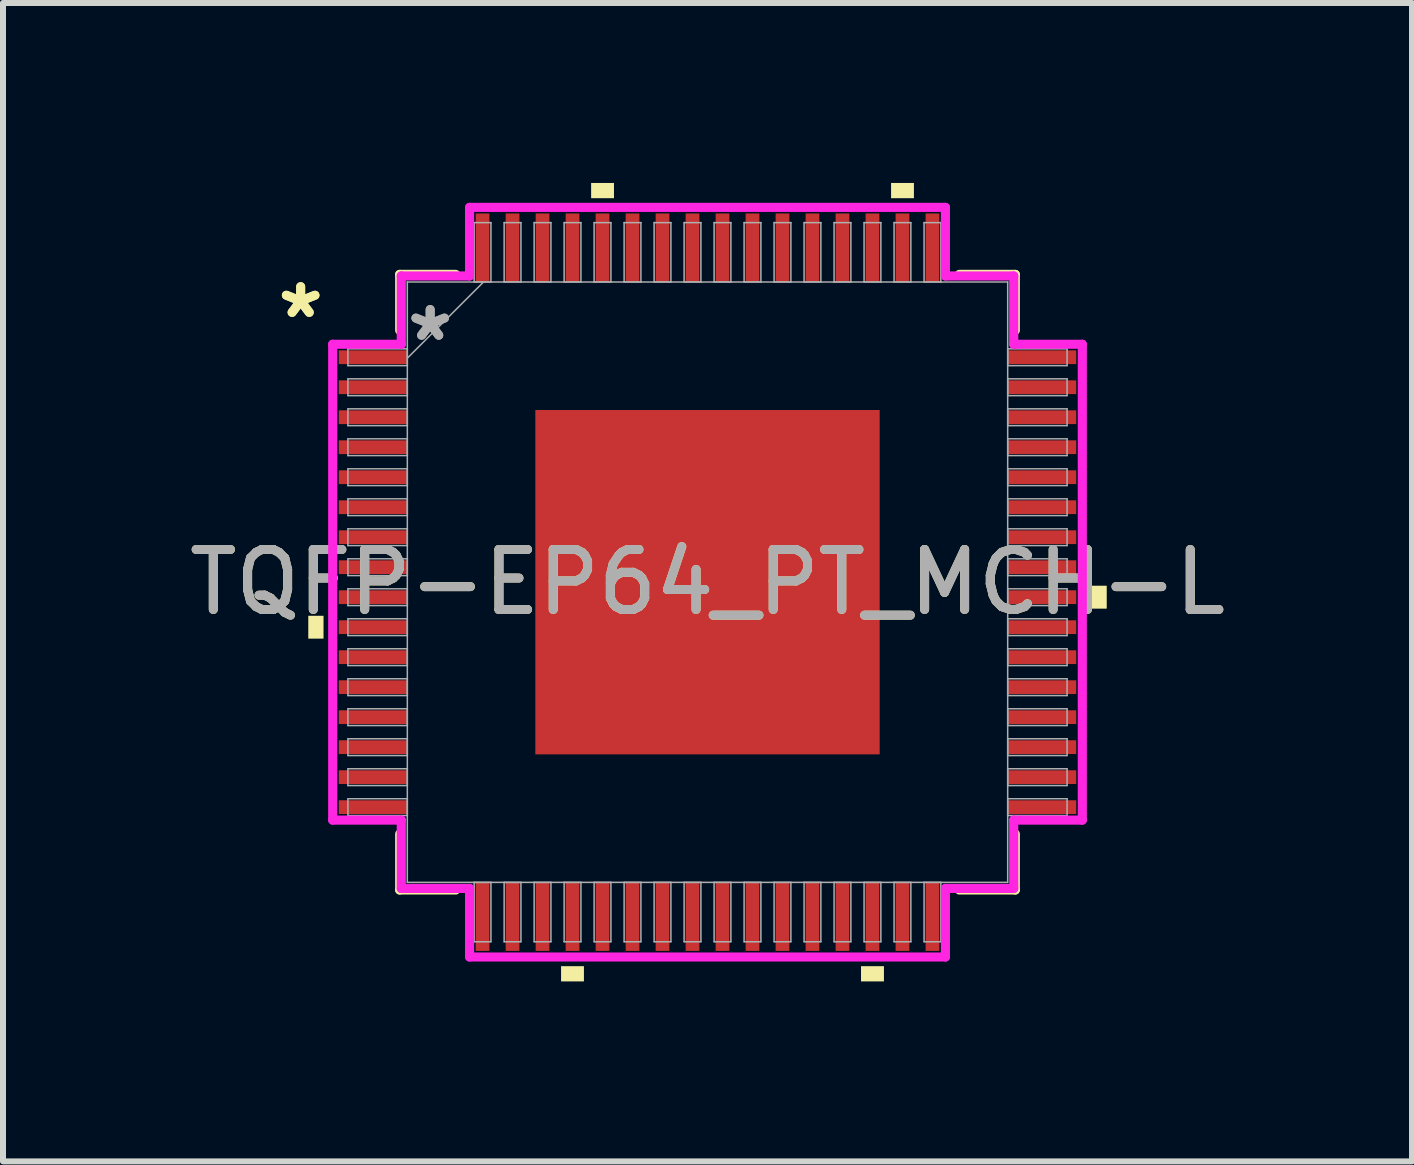
<source format=kicad_pcb>
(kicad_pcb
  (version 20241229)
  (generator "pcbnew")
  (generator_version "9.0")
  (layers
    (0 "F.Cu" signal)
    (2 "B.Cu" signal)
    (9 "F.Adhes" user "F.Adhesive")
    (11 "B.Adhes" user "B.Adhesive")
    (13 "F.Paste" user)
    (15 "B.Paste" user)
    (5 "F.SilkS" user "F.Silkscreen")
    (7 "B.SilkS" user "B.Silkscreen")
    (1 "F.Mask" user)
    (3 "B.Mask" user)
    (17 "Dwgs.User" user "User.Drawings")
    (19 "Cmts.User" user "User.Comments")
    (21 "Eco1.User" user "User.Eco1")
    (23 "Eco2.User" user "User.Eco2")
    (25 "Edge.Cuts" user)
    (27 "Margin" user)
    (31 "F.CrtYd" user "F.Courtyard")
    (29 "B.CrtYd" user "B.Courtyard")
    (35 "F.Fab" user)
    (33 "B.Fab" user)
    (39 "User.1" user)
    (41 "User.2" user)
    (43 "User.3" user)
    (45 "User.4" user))
  (footprint "TQFP-EP64_PT_MCH-L"
    (layer "F.Cu")
    (at 8.744 6.655)
    (property "Reference" "TQFP-EP64_PT_MCH-L" (at 0 0 0) (unlocked yes) (layer "F.SilkS") (effects (font (size 1 1) (thickness 0.15))))
    (attr smd)
    (fp_line (start -5.131 -5.131) (end -5.131 -4.197) (stroke (width 0.152) (type solid)) (layer "F.SilkS"))
    (fp_line (start -5.131 4.197) (end -5.131 5.131) (stroke (width 0.152) (type solid)) (layer "F.SilkS"))
    (fp_line (start -5.131 5.131) (end -4.197 5.131) (stroke (width 0.152) (type solid)) (layer "F.SilkS"))
    (fp_line (start -4.197 -5.131) (end -5.131 -5.131) (stroke (width 0.152) (type solid)) (layer "F.SilkS"))
    (fp_line (start 4.197 5.131) (end 5.131 5.131) (stroke (width 0.152) (type solid)) (layer "F.SilkS"))
    (fp_line (start 5.131 -5.131) (end 4.197 -5.131) (stroke (width 0.152) (type solid)) (layer "F.SilkS"))
    (fp_line (start 5.131 -4.197) (end 5.131 -5.131) (stroke (width 0.152) (type solid)) (layer "F.SilkS"))
    (fp_line (start 5.131 5.131) (end 5.131 4.197) (stroke (width 0.152) (type solid)) (layer "F.SilkS"))
    (fp_poly (pts (xy -6.655 0.56) (xy -6.655 0.941) (xy -6.401 0.941) (xy -6.401 0.56)) (stroke (width 0) (type solid)) (fill yes) (layer "F.SilkS"))
    (fp_poly (pts (xy -2.441 6.401) (xy -2.441 6.655) (xy -2.06 6.655) (xy -2.06 6.401)) (stroke (width 0) (type solid)) (fill yes) (layer "F.SilkS"))
    (fp_poly (pts (xy -1.94 -6.401) (xy -1.94 -6.655) (xy -1.559 -6.655) (xy -1.559 -6.401)) (stroke (width 0) (type solid)) (fill yes) (layer "F.SilkS"))
    (fp_poly (pts (xy 2.559 6.401) (xy 2.559 6.655) (xy 2.941 6.655) (xy 2.941 6.401)) (stroke (width 0) (type solid)) (fill yes) (layer "F.SilkS"))
    (fp_poly (pts (xy 3.06 -6.401) (xy 3.06 -6.655) (xy 3.441 -6.655) (xy 3.441 -6.401)) (stroke (width 0) (type solid)) (fill yes) (layer "F.SilkS"))
    (fp_poly (pts (xy 6.655 0.059) (xy 6.655 0.441) (xy 6.401 0.441) (xy 6.401 0.059)) (stroke (width 0) (type solid)) (fill yes) (layer "F.SilkS"))
    (fp_poly (pts (xy -2.77 -2.77) (xy -2.77 -1.535) (xy -1.535 -1.535) (xy -1.535 -2.77)) (stroke (width 0) (type solid)) (fill yes) (layer "F.Paste"))
    (fp_poly (pts (xy -2.77 -1.335) (xy -2.77 -0.1) (xy -1.535 -0.1) (xy -1.535 -1.335)) (stroke (width 0) (type solid)) (fill yes) (layer "F.Paste"))
    (fp_poly (pts (xy -2.77 0.1) (xy -2.77 1.335) (xy -1.535 1.335) (xy -1.535 0.1)) (stroke (width 0) (type solid)) (fill yes) (layer "F.Paste"))
    (fp_poly (pts (xy -2.77 1.535) (xy -2.77 2.77) (xy -1.535 2.77) (xy -1.535 1.535)) (stroke (width 0) (type solid)) (fill yes) (layer "F.Paste"))
    (fp_poly (pts (xy -1.335 -2.77) (xy -1.335 -1.535) (xy -0.1 -1.535) (xy -0.1 -2.77)) (stroke (width 0) (type solid)) (fill yes) (layer "F.Paste"))
    (fp_poly (pts (xy -1.335 -1.335) (xy -1.335 -0.1) (xy -0.1 -0.1) (xy -0.1 -1.335)) (stroke (width 0) (type solid)) (fill yes) (layer "F.Paste"))
    (fp_poly (pts (xy -1.335 0.1) (xy -1.335 1.335) (xy -0.1 1.335) (xy -0.1 0.1)) (stroke (width 0) (type solid)) (fill yes) (layer "F.Paste"))
    (fp_poly (pts (xy -1.335 1.535) (xy -1.335 2.77) (xy -0.1 2.77) (xy -0.1 1.535)) (stroke (width 0) (type solid)) (fill yes) (layer "F.Paste"))
    (fp_poly (pts (xy 0.1 -2.77) (xy 0.1 -1.535) (xy 1.335 -1.535) (xy 1.335 -2.77)) (stroke (width 0) (type solid)) (fill yes) (layer "F.Paste"))
    (fp_poly (pts (xy 0.1 -1.335) (xy 0.1 -0.1) (xy 1.335 -0.1) (xy 1.335 -1.335)) (stroke (width 0) (type solid)) (fill yes) (layer "F.Paste"))
    (fp_poly (pts (xy 0.1 0.1) (xy 0.1 1.335) (xy 1.335 1.335) (xy 1.335 0.1)) (stroke (width 0) (type solid)) (fill yes) (layer "F.Paste"))
    (fp_poly (pts (xy 0.1 1.535) (xy 0.1 2.77) (xy 1.335 2.77) (xy 1.335 1.535)) (stroke (width 0) (type solid)) (fill yes) (layer "F.Paste"))
    (fp_poly (pts (xy 1.535 -2.77) (xy 1.535 -1.535) (xy 2.77 -1.535) (xy 2.77 -2.77)) (stroke (width 0) (type solid)) (fill yes) (layer "F.Paste"))
    (fp_poly (pts (xy 1.535 -1.335) (xy 1.535 -0.1) (xy 2.77 -0.1) (xy 2.77 -1.335)) (stroke (width 0) (type solid)) (fill yes) (layer "F.Paste"))
    (fp_poly (pts (xy 1.535 0.1) (xy 1.535 1.335) (xy 2.77 1.335) (xy 2.77 0.1)) (stroke (width 0) (type solid)) (fill yes) (layer "F.Paste"))
    (fp_poly (pts (xy 1.535 1.535) (xy 1.535 2.77) (xy 2.77 2.77) (xy 2.77 1.535)) (stroke (width 0) (type solid)) (fill yes) (layer "F.Paste"))
    (fp_line (start -6.248 -3.966) (end -5.105 -3.966) (stroke (width 0.152) (type solid)) (layer "F.CrtYd"))
    (fp_line (start -6.248 3.966) (end -6.248 -3.966) (stroke (width 0.152) (type solid)) (layer "F.CrtYd"))
    (fp_line (start -5.105 -5.105) (end -3.966 -5.105) (stroke (width 0.152) (type solid)) (layer "F.CrtYd"))
    (fp_line (start -5.105 -3.966) (end -5.105 -5.105) (stroke (width 0.152) (type solid)) (layer "F.CrtYd"))
    (fp_line (start -5.105 3.966) (end -6.248 3.966) (stroke (width 0.152) (type solid)) (layer "F.CrtYd"))
    (fp_line (start -5.105 5.105) (end -5.105 3.966) (stroke (width 0.152) (type solid)) (layer "F.CrtYd"))
    (fp_line (start -5.105 5.105) (end -3.966 5.105) (stroke (width 0.152) (type solid)) (layer "F.CrtYd"))
    (fp_line (start -3.966 -6.248) (end 3.966 -6.248) (stroke (width 0.152) (type solid)) (layer "F.CrtYd"))
    (fp_line (start -3.966 -5.105) (end -3.966 -6.248) (stroke (width 0.152) (type solid)) (layer "F.CrtYd"))
    (fp_line (start -3.966 5.105) (end -3.966 6.248) (stroke (width 0.152) (type solid)) (layer "F.CrtYd"))
    (fp_line (start -3.966 6.248) (end 3.966 6.248) (stroke (width 0.152) (type solid)) (layer "F.CrtYd"))
    (fp_line (start 3.966 -6.248) (end 3.966 -5.105) (stroke (width 0.152) (type solid)) (layer "F.CrtYd"))
    (fp_line (start 3.966 -5.105) (end 5.105 -5.105) (stroke (width 0.152) (type solid)) (layer "F.CrtYd"))
    (fp_line (start 3.966 5.105) (end 5.105 5.105) (stroke (width 0.152) (type solid)) (layer "F.CrtYd"))
    (fp_line (start 3.966 6.248) (end 3.966 5.105) (stroke (width 0.152) (type solid)) (layer "F.CrtYd"))
    (fp_line (start 5.105 -3.966) (end 5.105 -5.105) (stroke (width 0.152) (type solid)) (layer "F.CrtYd"))
    (fp_line (start 5.105 3.966) (end 6.248 3.966) (stroke (width 0.152) (type solid)) (layer "F.CrtYd"))
    (fp_line (start 5.105 5.105) (end 5.105 3.966) (stroke (width 0.152) (type solid)) (layer "F.CrtYd"))
    (fp_line (start 6.248 -3.966) (end 5.105 -3.966) (stroke (width 0.152) (type solid)) (layer "F.CrtYd"))
    (fp_line (start 6.248 3.966) (end 6.248 -3.966) (stroke (width 0.152) (type solid)) (layer "F.CrtYd"))
    (fp_line (start -5.994 -3.89) (end -5.994 -3.61) (stroke (width 0.025) (type solid)) (layer "F.Fab"))
    (fp_line (start -5.994 -3.61) (end -5.004 -3.61) (stroke (width 0.025) (type solid)) (layer "F.Fab"))
    (fp_line (start -5.994 -3.39) (end -5.994 -3.11) (stroke (width 0.025) (type solid)) (layer "F.Fab"))
    (fp_line (start -5.994 -3.11) (end -5.004 -3.11) (stroke (width 0.025) (type solid)) (layer "F.Fab"))
    (fp_line (start -5.994 -2.89) (end -5.994 -2.61) (stroke (width 0.025) (type solid)) (layer "F.Fab"))
    (fp_line (start -5.994 -2.61) (end -5.004 -2.61) (stroke (width 0.025) (type solid)) (layer "F.Fab"))
    (fp_line (start -5.994 -2.39) (end -5.994 -2.11) (stroke (width 0.025) (type solid)) (layer "F.Fab"))
    (fp_line (start -5.994 -2.11) (end -5.004 -2.11) (stroke (width 0.025) (type solid)) (layer "F.Fab"))
    (fp_line (start -5.994 -1.89) (end -5.994 -1.61) (stroke (width 0.025) (type solid)) (layer "F.Fab"))
    (fp_line (start -5.994 -1.61) (end -5.004 -1.61) (stroke (width 0.025) (type solid)) (layer "F.Fab"))
    (fp_line (start -5.994 -1.39) (end -5.994 -1.11) (stroke (width 0.025) (type solid)) (layer "F.Fab"))
    (fp_line (start -5.994 -1.11) (end -5.004 -1.11) (stroke (width 0.025) (type solid)) (layer "F.Fab"))
    (fp_line (start -5.994 -0.89) (end -5.994 -0.61) (stroke (width 0.025) (type solid)) (layer "F.Fab"))
    (fp_line (start -5.994 -0.61) (end -5.004 -0.61) (stroke (width 0.025) (type solid)) (layer "F.Fab"))
    (fp_line (start -5.994 -0.39) (end -5.994 -0.11) (stroke (width 0.025) (type solid)) (layer "F.Fab"))
    (fp_line (start -5.994 -0.11) (end -5.004 -0.11) (stroke (width 0.025) (type solid)) (layer "F.Fab"))
    (fp_line (start -5.994 0.11) (end -5.994 0.39) (stroke (width 0.025) (type solid)) (layer "F.Fab"))
    (fp_line (start -5.994 0.39) (end -5.004 0.39) (stroke (width 0.025) (type solid)) (layer "F.Fab"))
    (fp_line (start -5.994 0.61) (end -5.994 0.89) (stroke (width 0.025) (type solid)) (layer "F.Fab"))
    (fp_line (start -5.994 0.89) (end -5.004 0.89) (stroke (width 0.025) (type solid)) (layer "F.Fab"))
    (fp_line (start -5.994 1.11) (end -5.994 1.39) (stroke (width 0.025) (type solid)) (layer "F.Fab"))
    (fp_line (start -5.994 1.39) (end -5.004 1.39) (stroke (width 0.025) (type solid)) (layer "F.Fab"))
    (fp_line (start -5.994 1.61) (end -5.994 1.89) (stroke (width 0.025) (type solid)) (layer "F.Fab"))
    (fp_line (start -5.994 1.89) (end -5.004 1.89) (stroke (width 0.025) (type solid)) (layer "F.Fab"))
    (fp_line (start -5.994 2.11) (end -5.994 2.39) (stroke (width 0.025) (type solid)) (layer "F.Fab"))
    (fp_line (start -5.994 2.39) (end -5.004 2.39) (stroke (width 0.025) (type solid)) (layer "F.Fab"))
    (fp_line (start -5.994 2.61) (end -5.994 2.89) (stroke (width 0.025) (type solid)) (layer "F.Fab"))
    (fp_line (start -5.994 2.89) (end -5.004 2.89) (stroke (width 0.025) (type solid)) (layer "F.Fab"))
    (fp_line (start -5.994 3.11) (end -5.994 3.39) (stroke (width 0.025) (type solid)) (layer "F.Fab"))
    (fp_line (start -5.994 3.39) (end -5.004 3.39) (stroke (width 0.025) (type solid)) (layer "F.Fab"))
    (fp_line (start -5.994 3.61) (end -5.994 3.89) (stroke (width 0.025) (type solid)) (layer "F.Fab"))
    (fp_line (start -5.994 3.89) (end -5.004 3.89) (stroke (width 0.025) (type solid)) (layer "F.Fab"))
    (fp_line (start -5.004 -5.004) (end -5.004 5.004) (stroke (width 0.025) (type solid)) (layer "F.Fab"))
    (fp_line (start -5.004 -3.89) (end -5.994 -3.89) (stroke (width 0.025) (type solid)) (layer "F.Fab"))
    (fp_line (start -5.004 -3.734) (end -3.734 -5.004) (stroke (width 0.025) (type solid)) (layer "F.Fab"))
    (fp_line (start -5.004 -3.61) (end -5.004 -3.89) (stroke (width 0.025) (type solid)) (layer "F.Fab"))
    (fp_line (start -5.004 -3.39) (end -5.994 -3.39) (stroke (width 0.025) (type solid)) (layer "F.Fab"))
    (fp_line (start -5.004 -3.11) (end -5.004 -3.39) (stroke (width 0.025) (type solid)) (layer "F.Fab"))
    (fp_line (start -5.004 -2.89) (end -5.994 -2.89) (stroke (width 0.025) (type solid)) (layer "F.Fab"))
    (fp_line (start -5.004 -2.61) (end -5.004 -2.89) (stroke (width 0.025) (type solid)) (layer "F.Fab"))
    (fp_line (start -5.004 -2.39) (end -5.994 -2.39) (stroke (width 0.025) (type solid)) (layer "F.Fab"))
    (fp_line (start -5.004 -2.11) (end -5.004 -2.39) (stroke (width 0.025) (type solid)) (layer "F.Fab"))
    (fp_line (start -5.004 -1.89) (end -5.994 -1.89) (stroke (width 0.025) (type solid)) (layer "F.Fab"))
    (fp_line (start -5.004 -1.61) (end -5.004 -1.89) (stroke (width 0.025) (type solid)) (layer "F.Fab"))
    (fp_line (start -5.004 -1.39) (end -5.994 -1.39) (stroke (width 0.025) (type solid)) (layer "F.Fab"))
    (fp_line (start -5.004 -1.11) (end -5.004 -1.39) (stroke (width 0.025) (type solid)) (layer "F.Fab"))
    (fp_line (start -5.004 -0.89) (end -5.994 -0.89) (stroke (width 0.025) (type solid)) (layer "F.Fab"))
    (fp_line (start -5.004 -0.61) (end -5.004 -0.89) (stroke (width 0.025) (type solid)) (layer "F.Fab"))
    (fp_line (start -5.004 -0.39) (end -5.994 -0.39) (stroke (width 0.025) (type solid)) (layer "F.Fab"))
    (fp_line (start -5.004 -0.11) (end -5.004 -0.39) (stroke (width 0.025) (type solid)) (layer "F.Fab"))
    (fp_line (start -5.004 0.11) (end -5.994 0.11) (stroke (width 0.025) (type solid)) (layer "F.Fab"))
    (fp_line (start -5.004 0.39) (end -5.004 0.11) (stroke (width 0.025) (type solid)) (layer "F.Fab"))
    (fp_line (start -5.004 0.61) (end -5.994 0.61) (stroke (width 0.025) (type solid)) (layer "F.Fab"))
    (fp_line (start -5.004 0.89) (end -5.004 0.61) (stroke (width 0.025) (type solid)) (layer "F.Fab"))
    (fp_line (start -5.004 1.11) (end -5.994 1.11) (stroke (width 0.025) (type solid)) (layer "F.Fab"))
    (fp_line (start -5.004 1.39) (end -5.004 1.11) (stroke (width 0.025) (type solid)) (layer "F.Fab"))
    (fp_line (start -5.004 1.61) (end -5.994 1.61) (stroke (width 0.025) (type solid)) (layer "F.Fab"))
    (fp_line (start -5.004 1.89) (end -5.004 1.61) (stroke (width 0.025) (type solid)) (layer "F.Fab"))
    (fp_line (start -5.004 2.11) (end -5.994 2.11) (stroke (width 0.025) (type solid)) (layer "F.Fab"))
    (fp_line (start -5.004 2.39) (end -5.004 2.11) (stroke (width 0.025) (type solid)) (layer "F.Fab"))
    (fp_line (start -5.004 2.61) (end -5.994 2.61) (stroke (width 0.025) (type solid)) (layer "F.Fab"))
    (fp_line (start -5.004 2.89) (end -5.004 2.61) (stroke (width 0.025) (type solid)) (layer "F.Fab"))
    (fp_line (start -5.004 3.11) (end -5.994 3.11) (stroke (width 0.025) (type solid)) (layer "F.Fab"))
    (fp_line (start -5.004 3.39) (end -5.004 3.11) (stroke (width 0.025) (type solid)) (layer "F.Fab"))
    (fp_line (start -5.004 3.61) (end -5.994 3.61) (stroke (width 0.025) (type solid)) (layer "F.Fab"))
    (fp_line (start -5.004 3.89) (end -5.004 3.61) (stroke (width 0.025) (type solid)) (layer "F.Fab"))
    (fp_line (start -5.004 5.004) (end 5.004 5.004) (stroke (width 0.025) (type solid)) (layer "F.Fab"))
    (fp_line (start -3.89 -5.994) (end -3.89 -5.004) (stroke (width 0.025) (type solid)) (layer "F.Fab"))
    (fp_line (start -3.89 -5.004) (end -3.61 -5.004) (stroke (width 0.025) (type solid)) (layer "F.Fab"))
    (fp_line (start -3.89 5.004) (end -3.89 5.994) (stroke (width 0.025) (type solid)) (layer "F.Fab"))
    (fp_line (start -3.89 5.994) (end -3.61 5.994) (stroke (width 0.025) (type solid)) (layer "F.Fab"))
    (fp_line (start -3.61 -5.994) (end -3.89 -5.994) (stroke (width 0.025) (type solid)) (layer "F.Fab"))
    (fp_line (start -3.61 -5.004) (end -3.61 -5.994) (stroke (width 0.025) (type solid)) (layer "F.Fab"))
    (fp_line (start -3.61 5.004) (end -3.89 5.004) (stroke (width 0.025) (type solid)) (layer "F.Fab"))
    (fp_line (start -3.61 5.994) (end -3.61 5.004) (stroke (width 0.025) (type solid)) (layer "F.Fab"))
    (fp_line (start -3.39 -5.994) (end -3.39 -5.004) (stroke (width 0.025) (type solid)) (layer "F.Fab"))
    (fp_line (start -3.39 -5.004) (end -3.11 -5.004) (stroke (width 0.025) (type solid)) (layer "F.Fab"))
    (fp_line (start -3.39 5.004) (end -3.39 5.994) (stroke (width 0.025) (type solid)) (layer "F.Fab"))
    (fp_line (start -3.39 5.994) (end -3.11 5.994) (stroke (width 0.025) (type solid)) (layer "F.Fab"))
    (fp_line (start -3.11 -5.994) (end -3.39 -5.994) (stroke (width 0.025) (type solid)) (layer "F.Fab"))
    (fp_line (start -3.11 -5.004) (end -3.11 -5.994) (stroke (width 0.025) (type solid)) (layer "F.Fab"))
    (fp_line (start -3.11 5.004) (end -3.39 5.004) (stroke (width 0.025) (type solid)) (layer "F.Fab"))
    (fp_line (start -3.11 5.994) (end -3.11 5.004) (stroke (width 0.025) (type solid)) (layer "F.Fab"))
    (fp_line (start -2.89 -5.994) (end -2.89 -5.004) (stroke (width 0.025) (type solid)) (layer "F.Fab"))
    (fp_line (start -2.89 -5.004) (end -2.61 -5.004) (stroke (width 0.025) (type solid)) (layer "F.Fab"))
    (fp_line (start -2.89 5.004) (end -2.89 5.994) (stroke (width 0.025) (type solid)) (layer "F.Fab"))
    (fp_line (start -2.89 5.994) (end -2.61 5.994) (stroke (width 0.025) (type solid)) (layer "F.Fab"))
    (fp_line (start -2.61 -5.994) (end -2.89 -5.994) (stroke (width 0.025) (type solid)) (layer "F.Fab"))
    (fp_line (start -2.61 -5.004) (end -2.61 -5.994) (stroke (width 0.025) (type solid)) (layer "F.Fab"))
    (fp_line (start -2.61 5.004) (end -2.89 5.004) (stroke (width 0.025) (type solid)) (layer "F.Fab"))
    (fp_line (start -2.61 5.994) (end -2.61 5.004) (stroke (width 0.025) (type solid)) (layer "F.Fab"))
    (fp_line (start -2.39 -5.994) (end -2.39 -5.004) (stroke (width 0.025) (type solid)) (layer "F.Fab"))
    (fp_line (start -2.39 -5.004) (end -2.11 -5.004) (stroke (width 0.025) (type solid)) (layer "F.Fab"))
    (fp_line (start -2.39 5.004) (end -2.39 5.994) (stroke (width 0.025) (type solid)) (layer "F.Fab"))
    (fp_line (start -2.39 5.994) (end -2.11 5.994) (stroke (width 0.025) (type solid)) (layer "F.Fab"))
    (fp_line (start -2.11 -5.994) (end -2.39 -5.994) (stroke (width 0.025) (type solid)) (layer "F.Fab"))
    (fp_line (start -2.11 -5.004) (end -2.11 -5.994) (stroke (width 0.025) (type solid)) (layer "F.Fab"))
    (fp_line (start -2.11 5.004) (end -2.39 5.004) (stroke (width 0.025) (type solid)) (layer "F.Fab"))
    (fp_line (start -2.11 5.994) (end -2.11 5.004) (stroke (width 0.025) (type solid)) (layer "F.Fab"))
    (fp_line (start -1.89 -5.994) (end -1.89 -5.004) (stroke (width 0.025) (type solid)) (layer "F.Fab"))
    (fp_line (start -1.89 -5.004) (end -1.61 -5.004) (stroke (width 0.025) (type solid)) (layer "F.Fab"))
    (fp_line (start -1.89 5.004) (end -1.89 5.994) (stroke (width 0.025) (type solid)) (layer "F.Fab"))
    (fp_line (start -1.89 5.994) (end -1.61 5.994) (stroke (width 0.025) (type solid)) (layer "F.Fab"))
    (fp_line (start -1.61 -5.994) (end -1.89 -5.994) (stroke (width 0.025) (type solid)) (layer "F.Fab"))
    (fp_line (start -1.61 -5.004) (end -1.61 -5.994) (stroke (width 0.025) (type solid)) (layer "F.Fab"))
    (fp_line (start -1.61 5.004) (end -1.89 5.004) (stroke (width 0.025) (type solid)) (layer "F.Fab"))
    (fp_line (start -1.61 5.994) (end -1.61 5.004) (stroke (width 0.025) (type solid)) (layer "F.Fab"))
    (fp_line (start -1.39 -5.994) (end -1.39 -5.004) (stroke (width 0.025) (type solid)) (layer "F.Fab"))
    (fp_line (start -1.39 -5.004) (end -1.11 -5.004) (stroke (width 0.025) (type solid)) (layer "F.Fab"))
    (fp_line (start -1.39 5.004) (end -1.39 5.994) (stroke (width 0.025) (type solid)) (layer "F.Fab"))
    (fp_line (start -1.39 5.994) (end -1.11 5.994) (stroke (width 0.025) (type solid)) (layer "F.Fab"))
    (fp_line (start -1.11 -5.994) (end -1.39 -5.994) (stroke (width 0.025) (type solid)) (layer "F.Fab"))
    (fp_line (start -1.11 -5.004) (end -1.11 -5.994) (stroke (width 0.025) (type solid)) (layer "F.Fab"))
    (fp_line (start -1.11 5.004) (end -1.39 5.004) (stroke (width 0.025) (type solid)) (layer "F.Fab"))
    (fp_line (start -1.11 5.994) (end -1.11 5.004) (stroke (width 0.025) (type solid)) (layer "F.Fab"))
    (fp_line (start -0.89 -5.994) (end -0.89 -5.004) (stroke (width 0.025) (type solid)) (layer "F.Fab"))
    (fp_line (start -0.89 -5.004) (end -0.61 -5.004) (stroke (width 0.025) (type solid)) (layer "F.Fab"))
    (fp_line (start -0.89 5.004) (end -0.89 5.994) (stroke (width 0.025) (type solid)) (layer "F.Fab"))
    (fp_line (start -0.89 5.994) (end -0.61 5.994) (stroke (width 0.025) (type solid)) (layer "F.Fab"))
    (fp_line (start -0.61 -5.994) (end -0.89 -5.994) (stroke (width 0.025) (type solid)) (layer "F.Fab"))
    (fp_line (start -0.61 -5.004) (end -0.61 -5.994) (stroke (width 0.025) (type solid)) (layer "F.Fab"))
    (fp_line (start -0.61 5.004) (end -0.89 5.004) (stroke (width 0.025) (type solid)) (layer "F.Fab"))
    (fp_line (start -0.61 5.994) (end -0.61 5.004) (stroke (width 0.025) (type solid)) (layer "F.Fab"))
    (fp_line (start -0.39 -5.994) (end -0.39 -5.004) (stroke (width 0.025) (type solid)) (layer "F.Fab"))
    (fp_line (start -0.39 -5.004) (end -0.11 -5.004) (stroke (width 0.025) (type solid)) (layer "F.Fab"))
    (fp_line (start -0.39 5.004) (end -0.39 5.994) (stroke (width 0.025) (type solid)) (layer "F.Fab"))
    (fp_line (start -0.39 5.994) (end -0.11 5.994) (stroke (width 0.025) (type solid)) (layer "F.Fab"))
    (fp_line (start -0.11 -5.994) (end -0.39 -5.994) (stroke (width 0.025) (type solid)) (layer "F.Fab"))
    (fp_line (start -0.11 -5.004) (end -0.11 -5.994) (stroke (width 0.025) (type solid)) (layer "F.Fab"))
    (fp_line (start -0.11 5.004) (end -0.39 5.004) (stroke (width 0.025) (type solid)) (layer "F.Fab"))
    (fp_line (start -0.11 5.994) (end -0.11 5.004) (stroke (width 0.025) (type solid)) (layer "F.Fab"))
    (fp_line (start 0.11 -5.994) (end 0.11 -5.004) (stroke (width 0.025) (type solid)) (layer "F.Fab"))
    (fp_line (start 0.11 -5.004) (end 0.39 -5.004) (stroke (width 0.025) (type solid)) (layer "F.Fab"))
    (fp_line (start 0.11 5.004) (end 0.11 5.994) (stroke (width 0.025) (type solid)) (layer "F.Fab"))
    (fp_line (start 0.11 5.994) (end 0.39 5.994) (stroke (width 0.025) (type solid)) (layer "F.Fab"))
    (fp_line (start 0.39 -5.994) (end 0.11 -5.994) (stroke (width 0.025) (type solid)) (layer "F.Fab"))
    (fp_line (start 0.39 -5.004) (end 0.39 -5.994) (stroke (width 0.025) (type solid)) (layer "F.Fab"))
    (fp_line (start 0.39 5.004) (end 0.11 5.004) (stroke (width 0.025) (type solid)) (layer "F.Fab"))
    (fp_line (start 0.39 5.994) (end 0.39 5.004) (stroke (width 0.025) (type solid)) (layer "F.Fab"))
    (fp_line (start 0.61 -5.994) (end 0.61 -5.004) (stroke (width 0.025) (type solid)) (layer "F.Fab"))
    (fp_line (start 0.61 -5.004) (end 0.89 -5.004) (stroke (width 0.025) (type solid)) (layer "F.Fab"))
    (fp_line (start 0.61 5.004) (end 0.61 5.994) (stroke (width 0.025) (type solid)) (layer "F.Fab"))
    (fp_line (start 0.61 5.994) (end 0.89 5.994) (stroke (width 0.025) (type solid)) (layer "F.Fab"))
    (fp_line (start 0.89 -5.994) (end 0.61 -5.994) (stroke (width 0.025) (type solid)) (layer "F.Fab"))
    (fp_line (start 0.89 -5.004) (end 0.89 -5.994) (stroke (width 0.025) (type solid)) (layer "F.Fab"))
    (fp_line (start 0.89 5.004) (end 0.61 5.004) (stroke (width 0.025) (type solid)) (layer "F.Fab"))
    (fp_line (start 0.89 5.994) (end 0.89 5.004) (stroke (width 0.025) (type solid)) (layer "F.Fab"))
    (fp_line (start 1.11 -5.994) (end 1.11 -5.004) (stroke (width 0.025) (type solid)) (layer "F.Fab"))
    (fp_line (start 1.11 -5.004) (end 1.39 -5.004) (stroke (width 0.025) (type solid)) (layer "F.Fab"))
    (fp_line (start 1.11 5.004) (end 1.11 5.994) (stroke (width 0.025) (type solid)) (layer "F.Fab"))
    (fp_line (start 1.11 5.994) (end 1.39 5.994) (stroke (width 0.025) (type solid)) (layer "F.Fab"))
    (fp_line (start 1.39 -5.994) (end 1.11 -5.994) (stroke (width 0.025) (type solid)) (layer "F.Fab"))
    (fp_line (start 1.39 -5.004) (end 1.39 -5.994) (stroke (width 0.025) (type solid)) (layer "F.Fab"))
    (fp_line (start 1.39 5.004) (end 1.11 5.004) (stroke (width 0.025) (type solid)) (layer "F.Fab"))
    (fp_line (start 1.39 5.994) (end 1.39 5.004) (stroke (width 0.025) (type solid)) (layer "F.Fab"))
    (fp_line (start 1.61 -5.994) (end 1.61 -5.004) (stroke (width 0.025) (type solid)) (layer "F.Fab"))
    (fp_line (start 1.61 -5.004) (end 1.89 -5.004) (stroke (width 0.025) (type solid)) (layer "F.Fab"))
    (fp_line (start 1.61 5.004) (end 1.61 5.994) (stroke (width 0.025) (type solid)) (layer "F.Fab"))
    (fp_line (start 1.61 5.994) (end 1.89 5.994) (stroke (width 0.025) (type solid)) (layer "F.Fab"))
    (fp_line (start 1.89 -5.994) (end 1.61 -5.994) (stroke (width 0.025) (type solid)) (layer "F.Fab"))
    (fp_line (start 1.89 -5.004) (end 1.89 -5.994) (stroke (width 0.025) (type solid)) (layer "F.Fab"))
    (fp_line (start 1.89 5.004) (end 1.61 5.004) (stroke (width 0.025) (type solid)) (layer "F.Fab"))
    (fp_line (start 1.89 5.994) (end 1.89 5.004) (stroke (width 0.025) (type solid)) (layer "F.Fab"))
    (fp_line (start 2.11 -5.994) (end 2.11 -5.004) (stroke (width 0.025) (type solid)) (layer "F.Fab"))
    (fp_line (start 2.11 -5.004) (end 2.39 -5.004) (stroke (width 0.025) (type solid)) (layer "F.Fab"))
    (fp_line (start 2.11 5.004) (end 2.11 5.994) (stroke (width 0.025) (type solid)) (layer "F.Fab"))
    (fp_line (start 2.11 5.994) (end 2.39 5.994) (stroke (width 0.025) (type solid)) (layer "F.Fab"))
    (fp_line (start 2.39 -5.994) (end 2.11 -5.994) (stroke (width 0.025) (type solid)) (layer "F.Fab"))
    (fp_line (start 2.39 -5.004) (end 2.39 -5.994) (stroke (width 0.025) (type solid)) (layer "F.Fab"))
    (fp_line (start 2.39 5.004) (end 2.11 5.004) (stroke (width 0.025) (type solid)) (layer "F.Fab"))
    (fp_line (start 2.39 5.994) (end 2.39 5.004) (stroke (width 0.025) (type solid)) (layer "F.Fab"))
    (fp_line (start 2.61 -5.994) (end 2.61 -5.004) (stroke (width 0.025) (type solid)) (layer "F.Fab"))
    (fp_line (start 2.61 -5.004) (end 2.89 -5.004) (stroke (width 0.025) (type solid)) (layer "F.Fab"))
    (fp_line (start 2.61 5.004) (end 2.61 5.994) (stroke (width 0.025) (type solid)) (layer "F.Fab"))
    (fp_line (start 2.61 5.994) (end 2.89 5.994) (stroke (width 0.025) (type solid)) (layer "F.Fab"))
    (fp_line (start 2.89 -5.994) (end 2.61 -5.994) (stroke (width 0.025) (type solid)) (layer "F.Fab"))
    (fp_line (start 2.89 -5.004) (end 2.89 -5.994) (stroke (width 0.025) (type solid)) (layer "F.Fab"))
    (fp_line (start 2.89 5.004) (end 2.61 5.004) (stroke (width 0.025) (type solid)) (layer "F.Fab"))
    (fp_line (start 2.89 5.994) (end 2.89 5.004) (stroke (width 0.025) (type solid)) (layer "F.Fab"))
    (fp_line (start 3.11 -5.994) (end 3.11 -5.004) (stroke (width 0.025) (type solid)) (layer "F.Fab"))
    (fp_line (start 3.11 -5.004) (end 3.39 -5.004) (stroke (width 0.025) (type solid)) (layer "F.Fab"))
    (fp_line (start 3.11 5.004) (end 3.11 5.994) (stroke (width 0.025) (type solid)) (layer "F.Fab"))
    (fp_line (start 3.11 5.994) (end 3.39 5.994) (stroke (width 0.025) (type solid)) (layer "F.Fab"))
    (fp_line (start 3.39 -5.994) (end 3.11 -5.994) (stroke (width 0.025) (type solid)) (layer "F.Fab"))
    (fp_line (start 3.39 -5.004) (end 3.39 -5.994) (stroke (width 0.025) (type solid)) (layer "F.Fab"))
    (fp_line (start 3.39 5.004) (end 3.11 5.004) (stroke (width 0.025) (type solid)) (layer "F.Fab"))
    (fp_line (start 3.39 5.994) (end 3.39 5.004) (stroke (width 0.025) (type solid)) (layer "F.Fab"))
    (fp_line (start 3.61 -5.994) (end 3.61 -5.004) (stroke (width 0.025) (type solid)) (layer "F.Fab"))
    (fp_line (start 3.61 -5.004) (end 3.89 -5.004) (stroke (width 0.025) (type solid)) (layer "F.Fab"))
    (fp_line (start 3.61 5.004) (end 3.61 5.994) (stroke (width 0.025) (type solid)) (layer "F.Fab"))
    (fp_line (start 3.61 5.994) (end 3.89 5.994) (stroke (width 0.025) (type solid)) (layer "F.Fab"))
    (fp_line (start 3.89 -5.994) (end 3.61 -5.994) (stroke (width 0.025) (type solid)) (layer "F.Fab"))
    (fp_line (start 3.89 -5.004) (end 3.89 -5.994) (stroke (width 0.025) (type solid)) (layer "F.Fab"))
    (fp_line (start 3.89 5.004) (end 3.61 5.004) (stroke (width 0.025) (type solid)) (layer "F.Fab"))
    (fp_line (start 3.89 5.994) (end 3.89 5.004) (stroke (width 0.025) (type solid)) (layer "F.Fab"))
    (fp_line (start 5.004 -5.004) (end -5.004 -5.004) (stroke (width 0.025) (type solid)) (layer "F.Fab"))
    (fp_line (start 5.004 -3.89) (end 5.004 -3.61) (stroke (width 0.025) (type solid)) (layer "F.Fab"))
    (fp_line (start 5.004 -3.61) (end 5.994 -3.61) (stroke (width 0.025) (type solid)) (layer "F.Fab"))
    (fp_line (start 5.004 -3.39) (end 5.004 -3.11) (stroke (width 0.025) (type solid)) (layer "F.Fab"))
    (fp_line (start 5.004 -3.11) (end 5.994 -3.11) (stroke (width 0.025) (type solid)) (layer "F.Fab"))
    (fp_line (start 5.004 -2.89) (end 5.004 -2.61) (stroke (width 0.025) (type solid)) (layer "F.Fab"))
    (fp_line (start 5.004 -2.61) (end 5.994 -2.61) (stroke (width 0.025) (type solid)) (layer "F.Fab"))
    (fp_line (start 5.004 -2.39) (end 5.004 -2.11) (stroke (width 0.025) (type solid)) (layer "F.Fab"))
    (fp_line (start 5.004 -2.11) (end 5.994 -2.11) (stroke (width 0.025) (type solid)) (layer "F.Fab"))
    (fp_line (start 5.004 -1.89) (end 5.004 -1.61) (stroke (width 0.025) (type solid)) (layer "F.Fab"))
    (fp_line (start 5.004 -1.61) (end 5.994 -1.61) (stroke (width 0.025) (type solid)) (layer "F.Fab"))
    (fp_line (start 5.004 -1.39) (end 5.004 -1.11) (stroke (width 0.025) (type solid)) (layer "F.Fab"))
    (fp_line (start 5.004 -1.11) (end 5.994 -1.11) (stroke (width 0.025) (type solid)) (layer "F.Fab"))
    (fp_line (start 5.004 -0.89) (end 5.004 -0.61) (stroke (width 0.025) (type solid)) (layer "F.Fab"))
    (fp_line (start 5.004 -0.61) (end 5.994 -0.61) (stroke (width 0.025) (type solid)) (layer "F.Fab"))
    (fp_line (start 5.004 -0.39) (end 5.004 -0.11) (stroke (width 0.025) (type solid)) (layer "F.Fab"))
    (fp_line (start 5.004 -0.11) (end 5.994 -0.11) (stroke (width 0.025) (type solid)) (layer "F.Fab"))
    (fp_line (start 5.004 0.11) (end 5.004 0.39) (stroke (width 0.025) (type solid)) (layer "F.Fab"))
    (fp_line (start 5.004 0.39) (end 5.994 0.39) (stroke (width 0.025) (type solid)) (layer "F.Fab"))
    (fp_line (start 5.004 0.61) (end 5.004 0.89) (stroke (width 0.025) (type solid)) (layer "F.Fab"))
    (fp_line (start 5.004 0.89) (end 5.994 0.89) (stroke (width 0.025) (type solid)) (layer "F.Fab"))
    (fp_line (start 5.004 1.11) (end 5.004 1.39) (stroke (width 0.025) (type solid)) (layer "F.Fab"))
    (fp_line (start 5.004 1.39) (end 5.994 1.39) (stroke (width 0.025) (type solid)) (layer "F.Fab"))
    (fp_line (start 5.004 1.61) (end 5.004 1.89) (stroke (width 0.025) (type solid)) (layer "F.Fab"))
    (fp_line (start 5.004 1.89) (end 5.994 1.89) (stroke (width 0.025) (type solid)) (layer "F.Fab"))
    (fp_line (start 5.004 2.11) (end 5.004 2.39) (stroke (width 0.025) (type solid)) (layer "F.Fab"))
    (fp_line (start 5.004 2.39) (end 5.994 2.39) (stroke (width 0.025) (type solid)) (layer "F.Fab"))
    (fp_line (start 5.004 2.61) (end 5.004 2.89) (stroke (width 0.025) (type solid)) (layer "F.Fab"))
    (fp_line (start 5.004 2.89) (end 5.994 2.89) (stroke (width 0.025) (type solid)) (layer "F.Fab"))
    (fp_line (start 5.004 3.11) (end 5.004 3.39) (stroke (width 0.025) (type solid)) (layer "F.Fab"))
    (fp_line (start 5.004 3.39) (end 5.994 3.39) (stroke (width 0.025) (type solid)) (layer "F.Fab"))
    (fp_line (start 5.004 3.61) (end 5.004 3.89) (stroke (width 0.025) (type solid)) (layer "F.Fab"))
    (fp_line (start 5.004 3.89) (end 5.994 3.89) (stroke (width 0.025) (type solid)) (layer "F.Fab"))
    (fp_line (start 5.004 5.004) (end 5.004 -5.004) (stroke (width 0.025) (type solid)) (layer "F.Fab"))
    (fp_line (start 5.994 -3.89) (end 5.004 -3.89) (stroke (width 0.025) (type solid)) (layer "F.Fab"))
    (fp_line (start 5.994 -3.61) (end 5.994 -3.89) (stroke (width 0.025) (type solid)) (layer "F.Fab"))
    (fp_line (start 5.994 -3.39) (end 5.004 -3.39) (stroke (width 0.025) (type solid)) (layer "F.Fab"))
    (fp_line (start 5.994 -3.11) (end 5.994 -3.39) (stroke (width 0.025) (type solid)) (layer "F.Fab"))
    (fp_line (start 5.994 -2.89) (end 5.004 -2.89) (stroke (width 0.025) (type solid)) (layer "F.Fab"))
    (fp_line (start 5.994 -2.61) (end 5.994 -2.89) (stroke (width 0.025) (type solid)) (layer "F.Fab"))
    (fp_line (start 5.994 -2.39) (end 5.004 -2.39) (stroke (width 0.025) (type solid)) (layer "F.Fab"))
    (fp_line (start 5.994 -2.11) (end 5.994 -2.39) (stroke (width 0.025) (type solid)) (layer "F.Fab"))
    (fp_line (start 5.994 -1.89) (end 5.004 -1.89) (stroke (width 0.025) (type solid)) (layer "F.Fab"))
    (fp_line (start 5.994 -1.61) (end 5.994 -1.89) (stroke (width 0.025) (type solid)) (layer "F.Fab"))
    (fp_line (start 5.994 -1.39) (end 5.004 -1.39) (stroke (width 0.025) (type solid)) (layer "F.Fab"))
    (fp_line (start 5.994 -1.11) (end 5.994 -1.39) (stroke (width 0.025) (type solid)) (layer "F.Fab"))
    (fp_line (start 5.994 -0.89) (end 5.004 -0.89) (stroke (width 0.025) (type solid)) (layer "F.Fab"))
    (fp_line (start 5.994 -0.61) (end 5.994 -0.89) (stroke (width 0.025) (type solid)) (layer "F.Fab"))
    (fp_line (start 5.994 -0.39) (end 5.004 -0.39) (stroke (width 0.025) (type solid)) (layer "F.Fab"))
    (fp_line (start 5.994 -0.11) (end 5.994 -0.39) (stroke (width 0.025) (type solid)) (layer "F.Fab"))
    (fp_line (start 5.994 0.11) (end 5.004 0.11) (stroke (width 0.025) (type solid)) (layer "F.Fab"))
    (fp_line (start 5.994 0.39) (end 5.994 0.11) (stroke (width 0.025) (type solid)) (layer "F.Fab"))
    (fp_line (start 5.994 0.61) (end 5.004 0.61) (stroke (width 0.025) (type solid)) (layer "F.Fab"))
    (fp_line (start 5.994 0.89) (end 5.994 0.61) (stroke (width 0.025) (type solid)) (layer "F.Fab"))
    (fp_line (start 5.994 1.11) (end 5.004 1.11) (stroke (width 0.025) (type solid)) (layer "F.Fab"))
    (fp_line (start 5.994 1.39) (end 5.994 1.11) (stroke (width 0.025) (type solid)) (layer "F.Fab"))
    (fp_line (start 5.994 1.61) (end 5.004 1.61) (stroke (width 0.025) (type solid)) (layer "F.Fab"))
    (fp_line (start 5.994 1.89) (end 5.994 1.61) (stroke (width 0.025) (type solid)) (layer "F.Fab"))
    (fp_line (start 5.994 2.11) (end 5.004 2.11) (stroke (width 0.025) (type solid)) (layer "F.Fab"))
    (fp_line (start 5.994 2.39) (end 5.994 2.11) (stroke (width 0.025) (type solid)) (layer "F.Fab"))
    (fp_line (start 5.994 2.61) (end 5.004 2.61) (stroke (width 0.025) (type solid)) (layer "F.Fab"))
    (fp_line (start 5.994 2.89) (end 5.994 2.61) (stroke (width 0.025) (type solid)) (layer "F.Fab"))
    (fp_line (start 5.994 3.11) (end 5.004 3.11) (stroke (width 0.025) (type solid)) (layer "F.Fab"))
    (fp_line (start 5.994 3.39) (end 5.994 3.11) (stroke (width 0.025) (type solid)) (layer "F.Fab"))
    (fp_line (start 5.994 3.61) (end 5.004 3.61) (stroke (width 0.025) (type solid)) (layer "F.Fab"))
    (fp_line (start 5.994 3.89) (end 5.994 3.61) (stroke (width 0.025) (type solid)) (layer "F.Fab"))
    (fp_text user "*" (at -6.782 -4.381 0) (layer "F.SilkS") (effects (font (size 1 1) (thickness 0.15))))
    (fp_text user "*" (at -6.782 -4.381 0) (unlocked yes) (layer "F.SilkS") (effects (font (size 1 1) (thickness 0.15))))
    (fp_text user "${REFERENCE}" (at 0 0 0) (unlocked yes) (layer "F.Fab") (effects (font (size 1 1) (thickness 0.15))))
    (fp_text user "*" (at -4.623 -4 0) (unlocked yes) (layer "F.Fab") (effects (font (size 1 1) (thickness 0.15))))
    (fp_text user "*" (at -4.623 -4 0) (layer "F.Fab") (effects (font (size 1 1) (thickness 0.15))))
    (pad "1" smd rect (at -5.575 -3.75 90) (size 0.229 1.143) (layers "F.Cu" "F.Mask" "F.Paste"))
    (pad "2" smd rect (at -5.575 -3.25 90) (size 0.229 1.143) (layers "F.Cu" "F.Mask" "F.Paste"))
    (pad "3" smd rect (at -5.575 -2.75 90) (size 0.229 1.143) (layers "F.Cu" "F.Mask" "F.Paste"))
    (pad "4" smd rect (at -5.575 -2.25 90) (size 0.229 1.143) (layers "F.Cu" "F.Mask" "F.Paste"))
    (pad "5" smd rect (at -5.575 -1.75 90) (size 0.229 1.143) (layers "F.Cu" "F.Mask" "F.Paste"))
    (pad "6" smd rect (at -5.575 -1.25 90) (size 0.229 1.143) (layers "F.Cu" "F.Mask" "F.Paste"))
    (pad "7" smd rect (at -5.575 -0.75 90) (size 0.229 1.143) (layers "F.Cu" "F.Mask" "F.Paste"))
    (pad "8" smd rect (at -5.575 -0.25 90) (size 0.229 1.143) (layers "F.Cu" "F.Mask" "F.Paste"))
    (pad "9" smd rect (at -5.575 0.25 90) (size 0.229 1.143) (layers "F.Cu" "F.Mask" "F.Paste"))
    (pad "10" smd rect (at -5.575 0.75 90) (size 0.229 1.143) (layers "F.Cu" "F.Mask" "F.Paste"))
    (pad "11" smd rect (at -5.575 1.25 90) (size 0.229 1.143) (layers "F.Cu" "F.Mask" "F.Paste"))
    (pad "12" smd rect (at -5.575 1.75 90) (size 0.229 1.143) (layers "F.Cu" "F.Mask" "F.Paste"))
    (pad "13" smd rect (at -5.575 2.25 90) (size 0.229 1.143) (layers "F.Cu" "F.Mask" "F.Paste"))
    (pad "14" smd rect (at -5.575 2.75 90) (size 0.229 1.143) (layers "F.Cu" "F.Mask" "F.Paste"))
    (pad "15" smd rect (at -5.575 3.25 90) (size 0.229 1.143) (layers "F.Cu" "F.Mask" "F.Paste"))
    (pad "16" smd rect (at -5.575 3.75 90) (size 0.229 1.143) (layers "F.Cu" "F.Mask" "F.Paste"))
    (pad "17" smd rect (at -3.75 5.575) (size 0.229 1.143) (layers "F.Cu" "F.Mask" "F.Paste"))
    (pad "18" smd rect (at -3.25 5.575) (size 0.229 1.143) (layers "F.Cu" "F.Mask" "F.Paste"))
    (pad "19" smd rect (at -2.75 5.575) (size 0.229 1.143) (layers "F.Cu" "F.Mask" "F.Paste"))
    (pad "20" smd rect (at -2.25 5.575) (size 0.229 1.143) (layers "F.Cu" "F.Mask" "F.Paste"))
    (pad "21" smd rect (at -1.75 5.575) (size 0.229 1.143) (layers "F.Cu" "F.Mask" "F.Paste"))
    (pad "22" smd rect (at -1.25 5.575) (size 0.229 1.143) (layers "F.Cu" "F.Mask" "F.Paste"))
    (pad "23" smd rect (at -0.75 5.575) (size 0.229 1.143) (layers "F.Cu" "F.Mask" "F.Paste"))
    (pad "24" smd rect (at -0.25 5.575) (size 0.229 1.143) (layers "F.Cu" "F.Mask" "F.Paste"))
    (pad "25" smd rect (at 0.25 5.575) (size 0.229 1.143) (layers "F.Cu" "F.Mask" "F.Paste"))
    (pad "26" smd rect (at 0.75 5.575) (size 0.229 1.143) (layers "F.Cu" "F.Mask" "F.Paste"))
    (pad "27" smd rect (at 1.25 5.575) (size 0.229 1.143) (layers "F.Cu" "F.Mask" "F.Paste"))
    (pad "28" smd rect (at 1.75 5.575) (size 0.229 1.143) (layers "F.Cu" "F.Mask" "F.Paste"))
    (pad "29" smd rect (at 2.25 5.575) (size 0.229 1.143) (layers "F.Cu" "F.Mask" "F.Paste"))
    (pad "30" smd rect (at 2.75 5.575) (size 0.229 1.143) (layers "F.Cu" "F.Mask" "F.Paste"))
    (pad "31" smd rect (at 3.25 5.575) (size 0.229 1.143) (layers "F.Cu" "F.Mask" "F.Paste"))
    (pad "32" smd rect (at 3.75 5.575) (size 0.229 1.143) (layers "F.Cu" "F.Mask" "F.Paste"))
    (pad "33" smd rect (at 5.575 3.75 90) (size 0.229 1.143) (layers "F.Cu" "F.Mask" "F.Paste"))
    (pad "34" smd rect (at 5.575 3.25 90) (size 0.229 1.143) (layers "F.Cu" "F.Mask" "F.Paste"))
    (pad "35" smd rect (at 5.575 2.75 90) (size 0.229 1.143) (layers "F.Cu" "F.Mask" "F.Paste"))
    (pad "36" smd rect (at 5.575 2.25 90) (size 0.229 1.143) (layers "F.Cu" "F.Mask" "F.Paste"))
    (pad "37" smd rect (at 5.575 1.75 90) (size 0.229 1.143) (layers "F.Cu" "F.Mask" "F.Paste"))
    (pad "38" smd rect (at 5.575 1.25 90) (size 0.229 1.143) (layers "F.Cu" "F.Mask" "F.Paste"))
    (pad "39" smd rect (at 5.575 0.75 90) (size 0.229 1.143) (layers "F.Cu" "F.Mask" "F.Paste"))
    (pad "40" smd rect (at 5.575 0.25 90) (size 0.229 1.143) (layers "F.Cu" "F.Mask" "F.Paste"))
    (pad "41" smd rect (at 5.575 -0.25 90) (size 0.229 1.143) (layers "F.Cu" "F.Mask" "F.Paste"))
    (pad "42" smd rect (at 5.575 -0.75 90) (size 0.229 1.143) (layers "F.Cu" "F.Mask" "F.Paste"))
    (pad "43" smd rect (at 5.575 -1.25 90) (size 0.229 1.143) (layers "F.Cu" "F.Mask" "F.Paste"))
    (pad "44" smd rect (at 5.575 -1.75 90) (size 0.229 1.143) (layers "F.Cu" "F.Mask" "F.Paste"))
    (pad "45" smd rect (at 5.575 -2.25 90) (size 0.229 1.143) (layers "F.Cu" "F.Mask" "F.Paste"))
    (pad "46" smd rect (at 5.575 -2.75 90) (size 0.229 1.143) (layers "F.Cu" "F.Mask" "F.Paste"))
    (pad "47" smd rect (at 5.575 -3.25 90) (size 0.229 1.143) (layers "F.Cu" "F.Mask" "F.Paste"))
    (pad "48" smd rect (at 5.575 -3.75 90) (size 0.229 1.143) (layers "F.Cu" "F.Mask" "F.Paste"))
    (pad "49" smd rect (at 3.75 -5.575) (size 0.229 1.143) (layers "F.Cu" "F.Mask" "F.Paste"))
    (pad "50" smd rect (at 3.25 -5.575) (size 0.229 1.143) (layers "F.Cu" "F.Mask" "F.Paste"))
    (pad "51" smd rect (at 2.75 -5.575) (size 0.229 1.143) (layers "F.Cu" "F.Mask" "F.Paste"))
    (pad "52" smd rect (at 2.25 -5.575) (size 0.229 1.143) (layers "F.Cu" "F.Mask" "F.Paste"))
    (pad "53" smd rect (at 1.75 -5.575) (size 0.229 1.143) (layers "F.Cu" "F.Mask" "F.Paste"))
    (pad "54" smd rect (at 1.25 -5.575) (size 0.229 1.143) (layers "F.Cu" "F.Mask" "F.Paste"))
    (pad "55" smd rect (at 0.75 -5.575) (size 0.229 1.143) (layers "F.Cu" "F.Mask" "F.Paste"))
    (pad "56" smd rect (at 0.25 -5.575) (size 0.229 1.143) (layers "F.Cu" "F.Mask" "F.Paste"))
    (pad "57" smd rect (at -0.25 -5.575) (size 0.229 1.143) (layers "F.Cu" "F.Mask" "F.Paste"))
    (pad "58" smd rect (at -0.75 -5.575) (size 0.229 1.143) (layers "F.Cu" "F.Mask" "F.Paste"))
    (pad "59" smd rect (at -1.25 -5.575) (size 0.229 1.143) (layers "F.Cu" "F.Mask" "F.Paste"))
    (pad "60" smd rect (at -1.75 -5.575) (size 0.229 1.143) (layers "F.Cu" "F.Mask" "F.Paste"))
    (pad "61" smd rect (at -2.25 -5.575) (size 0.229 1.143) (layers "F.Cu" "F.Mask" "F.Paste"))
    (pad "62" smd rect (at -2.75 -5.575) (size 0.229 1.143) (layers "F.Cu" "F.Mask" "F.Paste"))
    (pad "63" smd rect (at -3.25 -5.575) (size 0.229 1.143) (layers "F.Cu" "F.Mask" "F.Paste"))
    (pad "64" smd rect (at -3.75 -5.575) (size 0.229 1.143) (layers "F.Cu" "F.Mask" "F.Paste"))
    (pad "EPAD" smd rect (at 0 0) (size 5.74 5.74) (layers "F.Cu" "F.Mask")))
  (gr_rect
    (start -3 -3)
    (end 20.488 16.31)
    (stroke (width 0.1) (type default))
    (fill no)
    (layer "Edge.Cuts")))
</source>
